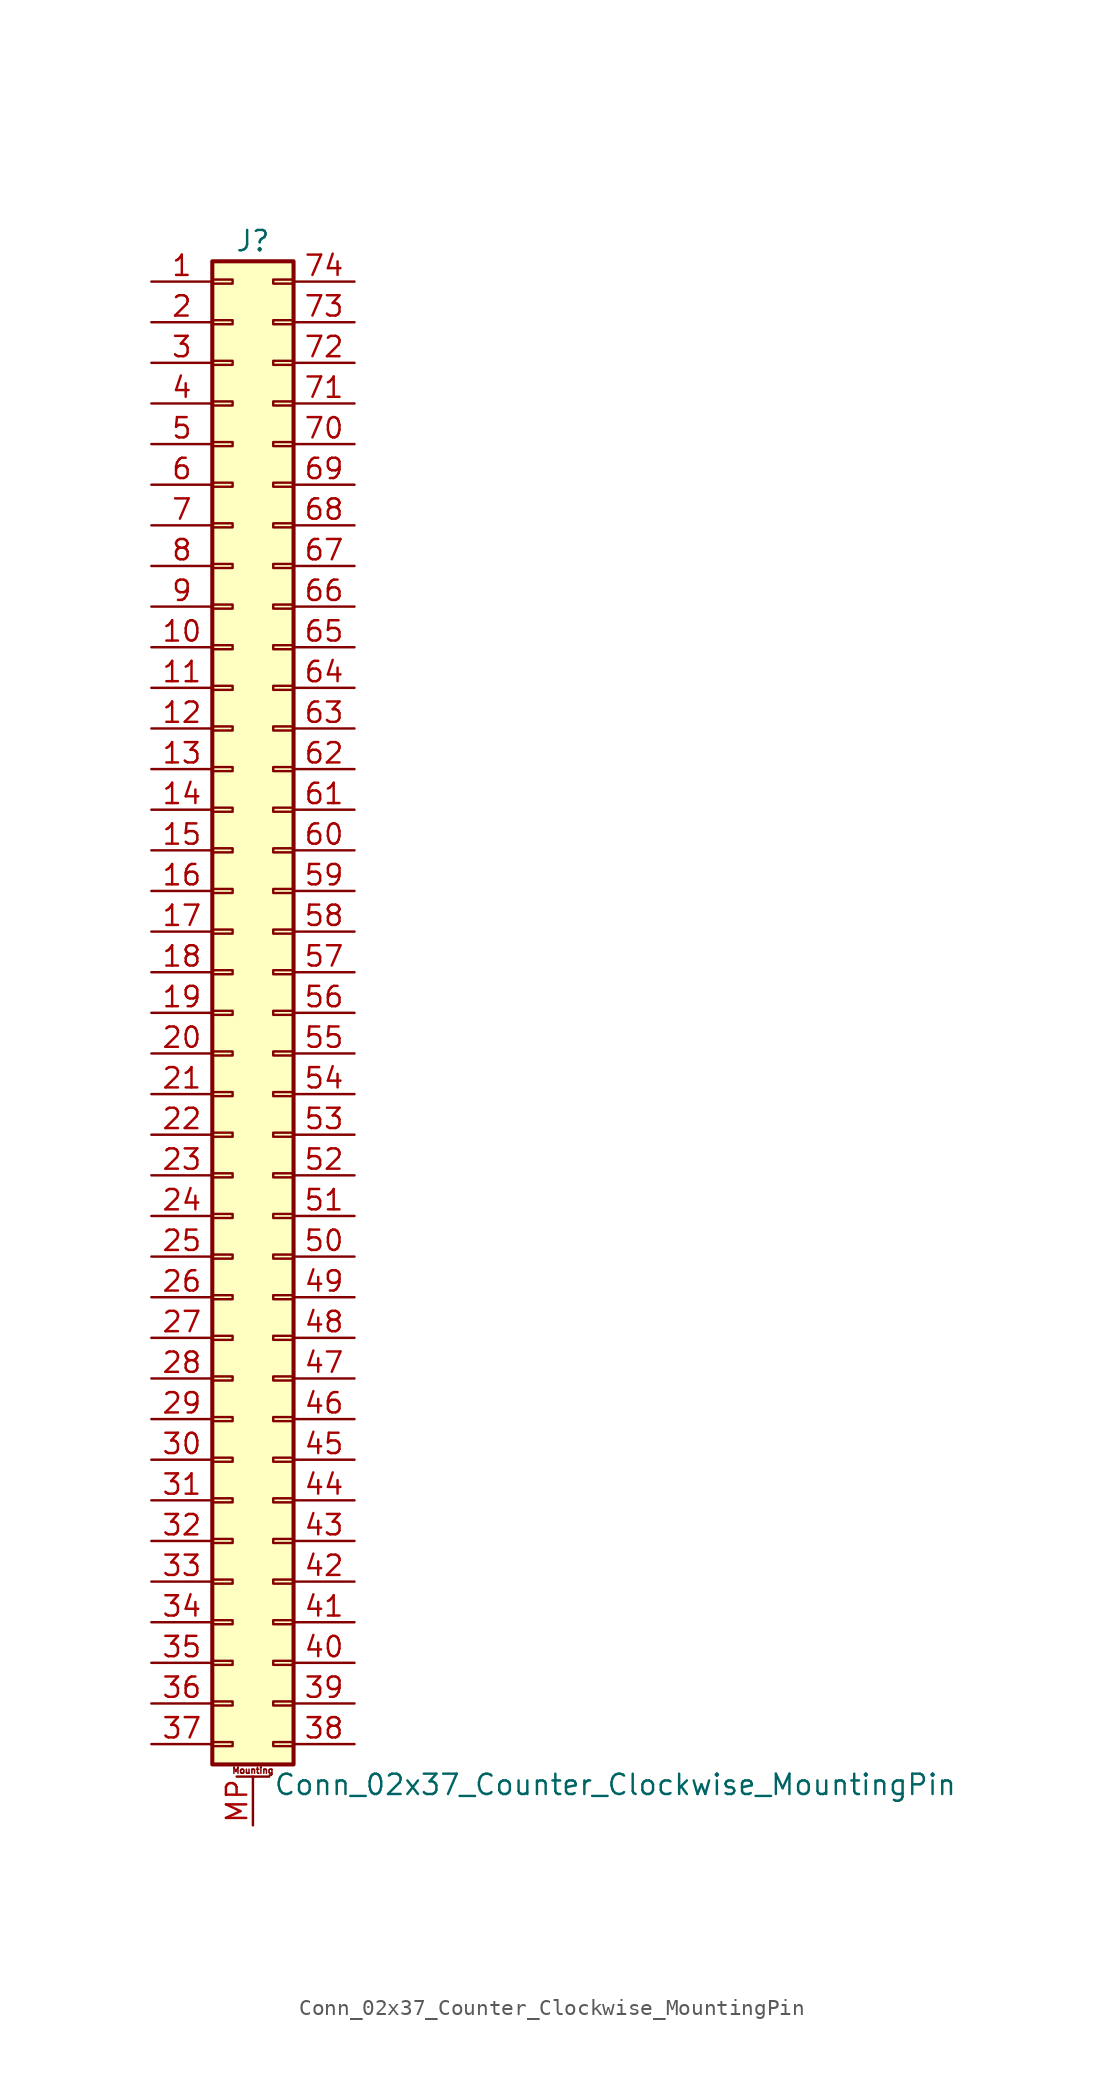
<source format=kicad_sym>
(kicad_symbol_lib
  (version 20201005)
  (generator kicad_symbol_editor)
  (symbol "Connector_Generic_MountingPin:Conn_02x37_Counter_Clockwise_MountingPin"
    (pin_names
      (offset 1.016) hide)
    (property "Reference" "J"
      (at 1.27 48.26 0)
      (effects (font (size 1.27 1.27))))
    (property "Value" "Conn_02x37_Counter_Clockwise_MountingPin"
      (at 2.54 -48.26 0)
      (effects (font (size 1.27 1.27)) (justify left)))
    (symbol "Conn_02x37_Counter_Clockwise_MountingPin_1_1"
      (text "Mounting" (at 1.27 -47.371 0) (effects (font (size 0.381 0.381))))
      (rectangle (start -1.27 -27.813) (end 0 -28.067) (stroke (width 0.152)) (fill (type none)))
      (rectangle (start -1.27 -30.353) (end 0 -30.607) (stroke (width 0.152)) (fill (type none)))
      (rectangle (start -1.27 -32.893) (end 0 -33.147) (stroke (width 0.152)) (fill (type none)))
      (rectangle (start -1.27 -35.433) (end 0 -35.687) (stroke (width 0.152)) (fill (type none)))
      (rectangle (start -1.27 -37.973) (end 0 -38.227) (stroke (width 0.152)) (fill (type none)))
      (rectangle (start -1.27 -40.513) (end 0 -40.767) (stroke (width 0.152)) (fill (type none)))
      (rectangle (start -1.27 -43.053) (end 0 -43.307) (stroke (width 0.152)) (fill (type none)))
      (rectangle (start -1.27 -45.593) (end 0 -45.847) (stroke (width 0.152)) (fill (type none)))
      (rectangle (start -1.27 -4.953) (end 0 -5.207) (stroke (width 0.152)) (fill (type none)))
      (rectangle (start -1.27 -7.493) (end 0 -7.747) (stroke (width 0.152)) (fill (type none)))
      (rectangle (start -1.27 -10.033) (end 0 -10.287) (stroke (width 0.152)) (fill (type none)))
      (rectangle (start -1.27 -12.573) (end 0 -12.827) (stroke (width 0.152)) (fill (type none)))
      (rectangle (start -1.27 -15.113) (end 0 -15.367) (stroke (width 0.152)) (fill (type none)))
      (rectangle (start -1.27 -17.653) (end 0 -17.907) (stroke (width 0.152)) (fill (type none)))
      (rectangle (start -1.27 -20.193) (end 0 -20.447) (stroke (width 0.152)) (fill (type none)))
      (rectangle (start -1.27 -22.733) (end 0 -22.987) (stroke (width 0.152)) (fill (type none)))
      (rectangle (start -1.27 -2.413) (end 0 -2.667) (stroke (width 0.152)) (fill (type none)))
      (rectangle (start -1.27 -25.273) (end 0 -25.527) (stroke (width 0.152)) (fill (type none)))
      (rectangle (start -1.27 25.527) (end 0 25.273) (stroke (width 0.152)) (fill (type none)))
      (rectangle (start -1.27 2.667) (end 0 2.413) (stroke (width 0.152)) (fill (type none)))
      (rectangle (start -1.27 28.067) (end 0 27.813) (stroke (width 0.152)) (fill (type none)))
      (rectangle (start -1.27 30.607) (end 0 30.353) (stroke (width 0.152)) (fill (type none)))
      (rectangle (start -1.27 33.147) (end 0 32.893) (stroke (width 0.152)) (fill (type none)))
      (rectangle (start -1.27 35.687) (end 0 35.433) (stroke (width 0.152)) (fill (type none)))
      (rectangle (start -1.27 38.227) (end 0 37.973) (stroke (width 0.152)) (fill (type none)))
      (rectangle (start -1.27 40.767) (end 0 40.513) (stroke (width 0.152)) (fill (type none)))
      (rectangle (start -1.27 43.307) (end 0 43.053) (stroke (width 0.152)) (fill (type none)))
      (rectangle (start -1.27 45.847) (end 0 45.593) (stroke (width 0.152)) (fill (type none)))
      (rectangle (start -1.27 46.99) (end 3.81 -46.99) (stroke (width 0.254)) (fill (type background)))
      (rectangle (start -1.27 5.207) (end 0 4.953) (stroke (width 0.152)) (fill (type none)))
      (rectangle (start -1.27 7.747) (end 0 7.493) (stroke (width 0.152)) (fill (type none)))
      (rectangle (start -1.27 10.287) (end 0 10.033) (stroke (width 0.152)) (fill (type none)))
      (rectangle (start -1.27 0.127) (end 0 -0.127) (stroke (width 0.152)) (fill (type none)))
      (rectangle (start -1.27 12.827) (end 0 12.573) (stroke (width 0.152)) (fill (type none)))
      (rectangle (start -1.27 15.367) (end 0 15.113) (stroke (width 0.152)) (fill (type none)))
      (rectangle (start -1.27 17.907) (end 0 17.653) (stroke (width 0.152)) (fill (type none)))
      (rectangle (start -1.27 20.447) (end 0 20.193) (stroke (width 0.152)) (fill (type none)))
      (rectangle (start -1.27 22.987) (end 0 22.733) (stroke (width 0.152)) (fill (type none)))
      (rectangle (start 3.81 -27.813) (end 2.54 -28.067) (stroke (width 0.152)) (fill (type none)))
      (rectangle (start 3.81 -30.353) (end 2.54 -30.607) (stroke (width 0.152)) (fill (type none)))
      (rectangle (start 3.81 -32.893) (end 2.54 -33.147) (stroke (width 0.152)) (fill (type none)))
      (rectangle (start 3.81 -35.433) (end 2.54 -35.687) (stroke (width 0.152)) (fill (type none)))
      (rectangle (start 3.81 -37.973) (end 2.54 -38.227) (stroke (width 0.152)) (fill (type none)))
      (rectangle (start 3.81 -40.513) (end 2.54 -40.767) (stroke (width 0.152)) (fill (type none)))
      (rectangle (start 3.81 -43.053) (end 2.54 -43.307) (stroke (width 0.152)) (fill (type none)))
      (rectangle (start 3.81 -45.593) (end 2.54 -45.847) (stroke (width 0.152)) (fill (type none)))
      (rectangle (start 3.81 -4.953) (end 2.54 -5.207) (stroke (width 0.152)) (fill (type none)))
      (rectangle (start 3.81 -7.493) (end 2.54 -7.747) (stroke (width 0.152)) (fill (type none)))
      (rectangle (start 3.81 -10.033) (end 2.54 -10.287) (stroke (width 0.152)) (fill (type none)))
      (rectangle (start 3.81 -12.573) (end 2.54 -12.827) (stroke (width 0.152)) (fill (type none)))
      (rectangle (start 3.81 -15.113) (end 2.54 -15.367) (stroke (width 0.152)) (fill (type none)))
      (rectangle (start 3.81 -17.653) (end 2.54 -17.907) (stroke (width 0.152)) (fill (type none)))
      (rectangle (start 3.81 -20.193) (end 2.54 -20.447) (stroke (width 0.152)) (fill (type none)))
      (rectangle (start 3.81 -22.733) (end 2.54 -22.987) (stroke (width 0.152)) (fill (type none)))
      (rectangle (start 3.81 -2.413) (end 2.54 -2.667) (stroke (width 0.152)) (fill (type none)))
      (rectangle (start 3.81 -25.273) (end 2.54 -25.527) (stroke (width 0.152)) (fill (type none)))
      (rectangle (start 3.81 25.527) (end 2.54 25.273) (stroke (width 0.152)) (fill (type none)))
      (rectangle (start 3.81 2.667) (end 2.54 2.413) (stroke (width 0.152)) (fill (type none)))
      (rectangle (start 3.81 28.067) (end 2.54 27.813) (stroke (width 0.152)) (fill (type none)))
      (rectangle (start 3.81 30.607) (end 2.54 30.353) (stroke (width 0.152)) (fill (type none)))
      (rectangle (start 3.81 33.147) (end 2.54 32.893) (stroke (width 0.152)) (fill (type none)))
      (rectangle (start 3.81 35.687) (end 2.54 35.433) (stroke (width 0.152)) (fill (type none)))
      (rectangle (start 3.81 38.227) (end 2.54 37.973) (stroke (width 0.152)) (fill (type none)))
      (rectangle (start 3.81 40.767) (end 2.54 40.513) (stroke (width 0.152)) (fill (type none)))
      (rectangle (start 3.81 43.307) (end 2.54 43.053) (stroke (width 0.152)) (fill (type none)))
      (rectangle (start 3.81 45.847) (end 2.54 45.593) (stroke (width 0.152)) (fill (type none)))
      (rectangle (start 3.81 5.207) (end 2.54 4.953) (stroke (width 0.152)) (fill (type none)))
      (rectangle (start 3.81 7.747) (end 2.54 7.493) (stroke (width 0.152)) (fill (type none)))
      (rectangle (start 3.81 10.287) (end 2.54 10.033) (stroke (width 0.152)) (fill (type none)))
      (rectangle (start 3.81 0.127) (end 2.54 -0.127) (stroke (width 0.152)) (fill (type none)))
      (rectangle (start 3.81 12.827) (end 2.54 12.573) (stroke (width 0.152)) (fill (type none)))
      (rectangle (start 3.81 15.367) (end 2.54 15.113) (stroke (width 0.152)) (fill (type none)))
      (rectangle (start 3.81 17.907) (end 2.54 17.653) (stroke (width 0.152)) (fill (type none)))
      (rectangle (start 3.81 20.447) (end 2.54 20.193) (stroke (width 0.152)) (fill (type none)))
      (rectangle (start 3.81 22.987) (end 2.54 22.733) (stroke (width 0.152)) (fill (type none)))
      (polyline (pts (xy 0.254 -47.752) (xy 2.286 -47.752)) (stroke (width 0.152)) (fill (type none)))
      (pin passive line (at 1.27 -50.8 90) (length 3.048) (name "MountPin" (effects (font (size 1.27 1.27)))) (number "MP" (effects (font (size 1.27 1.27)))))
      (pin passive line (at -5.08 45.72 0) (length 3.81) (name "Pin_1" (effects (font (size 1.27 1.27)))) (number "1" (effects (font (size 1.27 1.27)))))
      (pin passive line (at -5.08 22.86 0) (length 3.81) (name "Pin_10" (effects (font (size 1.27 1.27)))) (number "10" (effects (font (size 1.27 1.27)))))
      (pin passive line (at -5.08 20.32 0) (length 3.81) (name "Pin_11" (effects (font (size 1.27 1.27)))) (number "11" (effects (font (size 1.27 1.27)))))
      (pin passive line (at -5.08 17.78 0) (length 3.81) (name "Pin_12" (effects (font (size 1.27 1.27)))) (number "12" (effects (font (size 1.27 1.27)))))
      (pin passive line (at -5.08 15.24 0) (length 3.81) (name "Pin_13" (effects (font (size 1.27 1.27)))) (number "13" (effects (font (size 1.27 1.27)))))
      (pin passive line (at -5.08 12.7 0) (length 3.81) (name "Pin_14" (effects (font (size 1.27 1.27)))) (number "14" (effects (font (size 1.27 1.27)))))
      (pin passive line (at -5.08 10.16 0) (length 3.81) (name "Pin_15" (effects (font (size 1.27 1.27)))) (number "15" (effects (font (size 1.27 1.27)))))
      (pin passive line (at -5.08 7.62 0) (length 3.81) (name "Pin_16" (effects (font (size 1.27 1.27)))) (number "16" (effects (font (size 1.27 1.27)))))
      (pin passive line (at -5.08 5.08 0) (length 3.81) (name "Pin_17" (effects (font (size 1.27 1.27)))) (number "17" (effects (font (size 1.27 1.27)))))
      (pin passive line (at -5.08 2.54 0) (length 3.81) (name "Pin_18" (effects (font (size 1.27 1.27)))) (number "18" (effects (font (size 1.27 1.27)))))
      (pin passive line (at -5.08 0 0) (length 3.81) (name "Pin_19" (effects (font (size 1.27 1.27)))) (number "19" (effects (font (size 1.27 1.27)))))
      (pin passive line (at -5.08 43.18 0) (length 3.81) (name "Pin_2" (effects (font (size 1.27 1.27)))) (number "2" (effects (font (size 1.27 1.27)))))
      (pin passive line (at -5.08 -2.54 0) (length 3.81) (name "Pin_20" (effects (font (size 1.27 1.27)))) (number "20" (effects (font (size 1.27 1.27)))))
      (pin passive line (at -5.08 -5.08 0) (length 3.81) (name "Pin_21" (effects (font (size 1.27 1.27)))) (number "21" (effects (font (size 1.27 1.27)))))
      (pin passive line (at -5.08 -7.62 0) (length 3.81) (name "Pin_22" (effects (font (size 1.27 1.27)))) (number "22" (effects (font (size 1.27 1.27)))))
      (pin passive line (at -5.08 -10.16 0) (length 3.81) (name "Pin_23" (effects (font (size 1.27 1.27)))) (number "23" (effects (font (size 1.27 1.27)))))
      (pin passive line (at -5.08 -12.7 0) (length 3.81) (name "Pin_24" (effects (font (size 1.27 1.27)))) (number "24" (effects (font (size 1.27 1.27)))))
      (pin passive line (at -5.08 -15.24 0) (length 3.81) (name "Pin_25" (effects (font (size 1.27 1.27)))) (number "25" (effects (font (size 1.27 1.27)))))
      (pin passive line (at -5.08 -17.78 0) (length 3.81) (name "Pin_26" (effects (font (size 1.27 1.27)))) (number "26" (effects (font (size 1.27 1.27)))))
      (pin passive line (at -5.08 -20.32 0) (length 3.81) (name "Pin_27" (effects (font (size 1.27 1.27)))) (number "27" (effects (font (size 1.27 1.27)))))
      (pin passive line (at -5.08 -22.86 0) (length 3.81) (name "Pin_28" (effects (font (size 1.27 1.27)))) (number "28" (effects (font (size 1.27 1.27)))))
      (pin passive line (at -5.08 -25.4 0) (length 3.81) (name "Pin_29" (effects (font (size 1.27 1.27)))) (number "29" (effects (font (size 1.27 1.27)))))
      (pin passive line (at -5.08 40.64 0) (length 3.81) (name "Pin_3" (effects (font (size 1.27 1.27)))) (number "3" (effects (font (size 1.27 1.27)))))
      (pin passive line (at -5.08 -27.94 0) (length 3.81) (name "Pin_30" (effects (font (size 1.27 1.27)))) (number "30" (effects (font (size 1.27 1.27)))))
      (pin passive line (at -5.08 -30.48 0) (length 3.81) (name "Pin_31" (effects (font (size 1.27 1.27)))) (number "31" (effects (font (size 1.27 1.27)))))
      (pin passive line (at -5.08 -33.02 0) (length 3.81) (name "Pin_32" (effects (font (size 1.27 1.27)))) (number "32" (effects (font (size 1.27 1.27)))))
      (pin passive line (at -5.08 -35.56 0) (length 3.81) (name "Pin_33" (effects (font (size 1.27 1.27)))) (number "33" (effects (font (size 1.27 1.27)))))
      (pin passive line (at -5.08 -38.1 0) (length 3.81) (name "Pin_34" (effects (font (size 1.27 1.27)))) (number "34" (effects (font (size 1.27 1.27)))))
      (pin passive line (at -5.08 -40.64 0) (length 3.81) (name "Pin_35" (effects (font (size 1.27 1.27)))) (number "35" (effects (font (size 1.27 1.27)))))
      (pin passive line (at -5.08 -43.18 0) (length 3.81) (name "Pin_36" (effects (font (size 1.27 1.27)))) (number "36" (effects (font (size 1.27 1.27)))))
      (pin passive line (at -5.08 -45.72 0) (length 3.81) (name "Pin_37" (effects (font (size 1.27 1.27)))) (number "37" (effects (font (size 1.27 1.27)))))
      (pin passive line (at 7.62 -45.72 180) (length 3.81) (name "Pin_38" (effects (font (size 1.27 1.27)))) (number "38" (effects (font (size 1.27 1.27)))))
      (pin passive line (at 7.62 -43.18 180) (length 3.81) (name "Pin_39" (effects (font (size 1.27 1.27)))) (number "39" (effects (font (size 1.27 1.27)))))
      (pin passive line (at -5.08 38.1 0) (length 3.81) (name "Pin_4" (effects (font (size 1.27 1.27)))) (number "4" (effects (font (size 1.27 1.27)))))
      (pin passive line (at 7.62 -40.64 180) (length 3.81) (name "Pin_40" (effects (font (size 1.27 1.27)))) (number "40" (effects (font (size 1.27 1.27)))))
      (pin passive line (at 7.62 -38.1 180) (length 3.81) (name "Pin_41" (effects (font (size 1.27 1.27)))) (number "41" (effects (font (size 1.27 1.27)))))
      (pin passive line (at 7.62 -35.56 180) (length 3.81) (name "Pin_42" (effects (font (size 1.27 1.27)))) (number "42" (effects (font (size 1.27 1.27)))))
      (pin passive line (at 7.62 -33.02 180) (length 3.81) (name "Pin_43" (effects (font (size 1.27 1.27)))) (number "43" (effects (font (size 1.27 1.27)))))
      (pin passive line (at 7.62 -30.48 180) (length 3.81) (name "Pin_44" (effects (font (size 1.27 1.27)))) (number "44" (effects (font (size 1.27 1.27)))))
      (pin passive line (at 7.62 -27.94 180) (length 3.81) (name "Pin_45" (effects (font (size 1.27 1.27)))) (number "45" (effects (font (size 1.27 1.27)))))
      (pin passive line (at 7.62 -25.4 180) (length 3.81) (name "Pin_46" (effects (font (size 1.27 1.27)))) (number "46" (effects (font (size 1.27 1.27)))))
      (pin passive line (at 7.62 -22.86 180) (length 3.81) (name "Pin_47" (effects (font (size 1.27 1.27)))) (number "47" (effects (font (size 1.27 1.27)))))
      (pin passive line (at 7.62 -20.32 180) (length 3.81) (name "Pin_48" (effects (font (size 1.27 1.27)))) (number "48" (effects (font (size 1.27 1.27)))))
      (pin passive line (at 7.62 -17.78 180) (length 3.81) (name "Pin_49" (effects (font (size 1.27 1.27)))) (number "49" (effects (font (size 1.27 1.27)))))
      (pin passive line (at -5.08 35.56 0) (length 3.81) (name "Pin_5" (effects (font (size 1.27 1.27)))) (number "5" (effects (font (size 1.27 1.27)))))
      (pin passive line (at 7.62 -15.24 180) (length 3.81) (name "Pin_50" (effects (font (size 1.27 1.27)))) (number "50" (effects (font (size 1.27 1.27)))))
      (pin passive line (at 7.62 -12.7 180) (length 3.81) (name "Pin_51" (effects (font (size 1.27 1.27)))) (number "51" (effects (font (size 1.27 1.27)))))
      (pin passive line (at 7.62 -10.16 180) (length 3.81) (name "Pin_52" (effects (font (size 1.27 1.27)))) (number "52" (effects (font (size 1.27 1.27)))))
      (pin passive line (at 7.62 -7.62 180) (length 3.81) (name "Pin_53" (effects (font (size 1.27 1.27)))) (number "53" (effects (font (size 1.27 1.27)))))
      (pin passive line (at 7.62 -5.08 180) (length 3.81) (name "Pin_54" (effects (font (size 1.27 1.27)))) (number "54" (effects (font (size 1.27 1.27)))))
      (pin passive line (at 7.62 -2.54 180) (length 3.81) (name "Pin_55" (effects (font (size 1.27 1.27)))) (number "55" (effects (font (size 1.27 1.27)))))
      (pin passive line (at 7.62 0 180) (length 3.81) (name "Pin_56" (effects (font (size 1.27 1.27)))) (number "56" (effects (font (size 1.27 1.27)))))
      (pin passive line (at 7.62 2.54 180) (length 3.81) (name "Pin_57" (effects (font (size 1.27 1.27)))) (number "57" (effects (font (size 1.27 1.27)))))
      (pin passive line (at 7.62 5.08 180) (length 3.81) (name "Pin_58" (effects (font (size 1.27 1.27)))) (number "58" (effects (font (size 1.27 1.27)))))
      (pin passive line (at 7.62 7.62 180) (length 3.81) (name "Pin_59" (effects (font (size 1.27 1.27)))) (number "59" (effects (font (size 1.27 1.27)))))
      (pin passive line (at -5.08 33.02 0) (length 3.81) (name "Pin_6" (effects (font (size 1.27 1.27)))) (number "6" (effects (font (size 1.27 1.27)))))
      (pin passive line (at 7.62 10.16 180) (length 3.81) (name "Pin_60" (effects (font (size 1.27 1.27)))) (number "60" (effects (font (size 1.27 1.27)))))
      (pin passive line (at 7.62 12.7 180) (length 3.81) (name "Pin_61" (effects (font (size 1.27 1.27)))) (number "61" (effects (font (size 1.27 1.27)))))
      (pin passive line (at 7.62 15.24 180) (length 3.81) (name "Pin_62" (effects (font (size 1.27 1.27)))) (number "62" (effects (font (size 1.27 1.27)))))
      (pin passive line (at 7.62 17.78 180) (length 3.81) (name "Pin_63" (effects (font (size 1.27 1.27)))) (number "63" (effects (font (size 1.27 1.27)))))
      (pin passive line (at 7.62 20.32 180) (length 3.81) (name "Pin_64" (effects (font (size 1.27 1.27)))) (number "64" (effects (font (size 1.27 1.27)))))
      (pin passive line (at 7.62 22.86 180) (length 3.81) (name "Pin_65" (effects (font (size 1.27 1.27)))) (number "65" (effects (font (size 1.27 1.27)))))
      (pin passive line (at 7.62 25.4 180) (length 3.81) (name "Pin_66" (effects (font (size 1.27 1.27)))) (number "66" (effects (font (size 1.27 1.27)))))
      (pin passive line (at 7.62 27.94 180) (length 3.81) (name "Pin_67" (effects (font (size 1.27 1.27)))) (number "67" (effects (font (size 1.27 1.27)))))
      (pin passive line (at 7.62 30.48 180) (length 3.81) (name "Pin_68" (effects (font (size 1.27 1.27)))) (number "68" (effects (font (size 1.27 1.27)))))
      (pin passive line (at 7.62 33.02 180) (length 3.81) (name "Pin_69" (effects (font (size 1.27 1.27)))) (number "69" (effects (font (size 1.27 1.27)))))
      (pin passive line (at -5.08 30.48 0) (length 3.81) (name "Pin_7" (effects (font (size 1.27 1.27)))) (number "7" (effects (font (size 1.27 1.27)))))
      (pin passive line (at 7.62 35.56 180) (length 3.81) (name "Pin_70" (effects (font (size 1.27 1.27)))) (number "70" (effects (font (size 1.27 1.27)))))
      (pin passive line (at 7.62 38.1 180) (length 3.81) (name "Pin_71" (effects (font (size 1.27 1.27)))) (number "71" (effects (font (size 1.27 1.27)))))
      (pin passive line (at 7.62 40.64 180) (length 3.81) (name "Pin_72" (effects (font (size 1.27 1.27)))) (number "72" (effects (font (size 1.27 1.27)))))
      (pin passive line (at 7.62 43.18 180) (length 3.81) (name "Pin_73" (effects (font (size 1.27 1.27)))) (number "73" (effects (font (size 1.27 1.27)))))
      (pin passive line (at 7.62 45.72 180) (length 3.81) (name "Pin_74" (effects (font (size 1.27 1.27)))) (number "74" (effects (font (size 1.27 1.27)))))
      (pin passive line (at -5.08 27.94 0) (length 3.81) (name "Pin_8" (effects (font (size 1.27 1.27)))) (number "8" (effects (font (size 1.27 1.27)))))
      (pin passive line (at -5.08 25.4 0) (length 3.81) (name "Pin_9" (effects (font (size 1.27 1.27)))) (number "9" (effects (font (size 1.27 1.27))))))))
</source>
